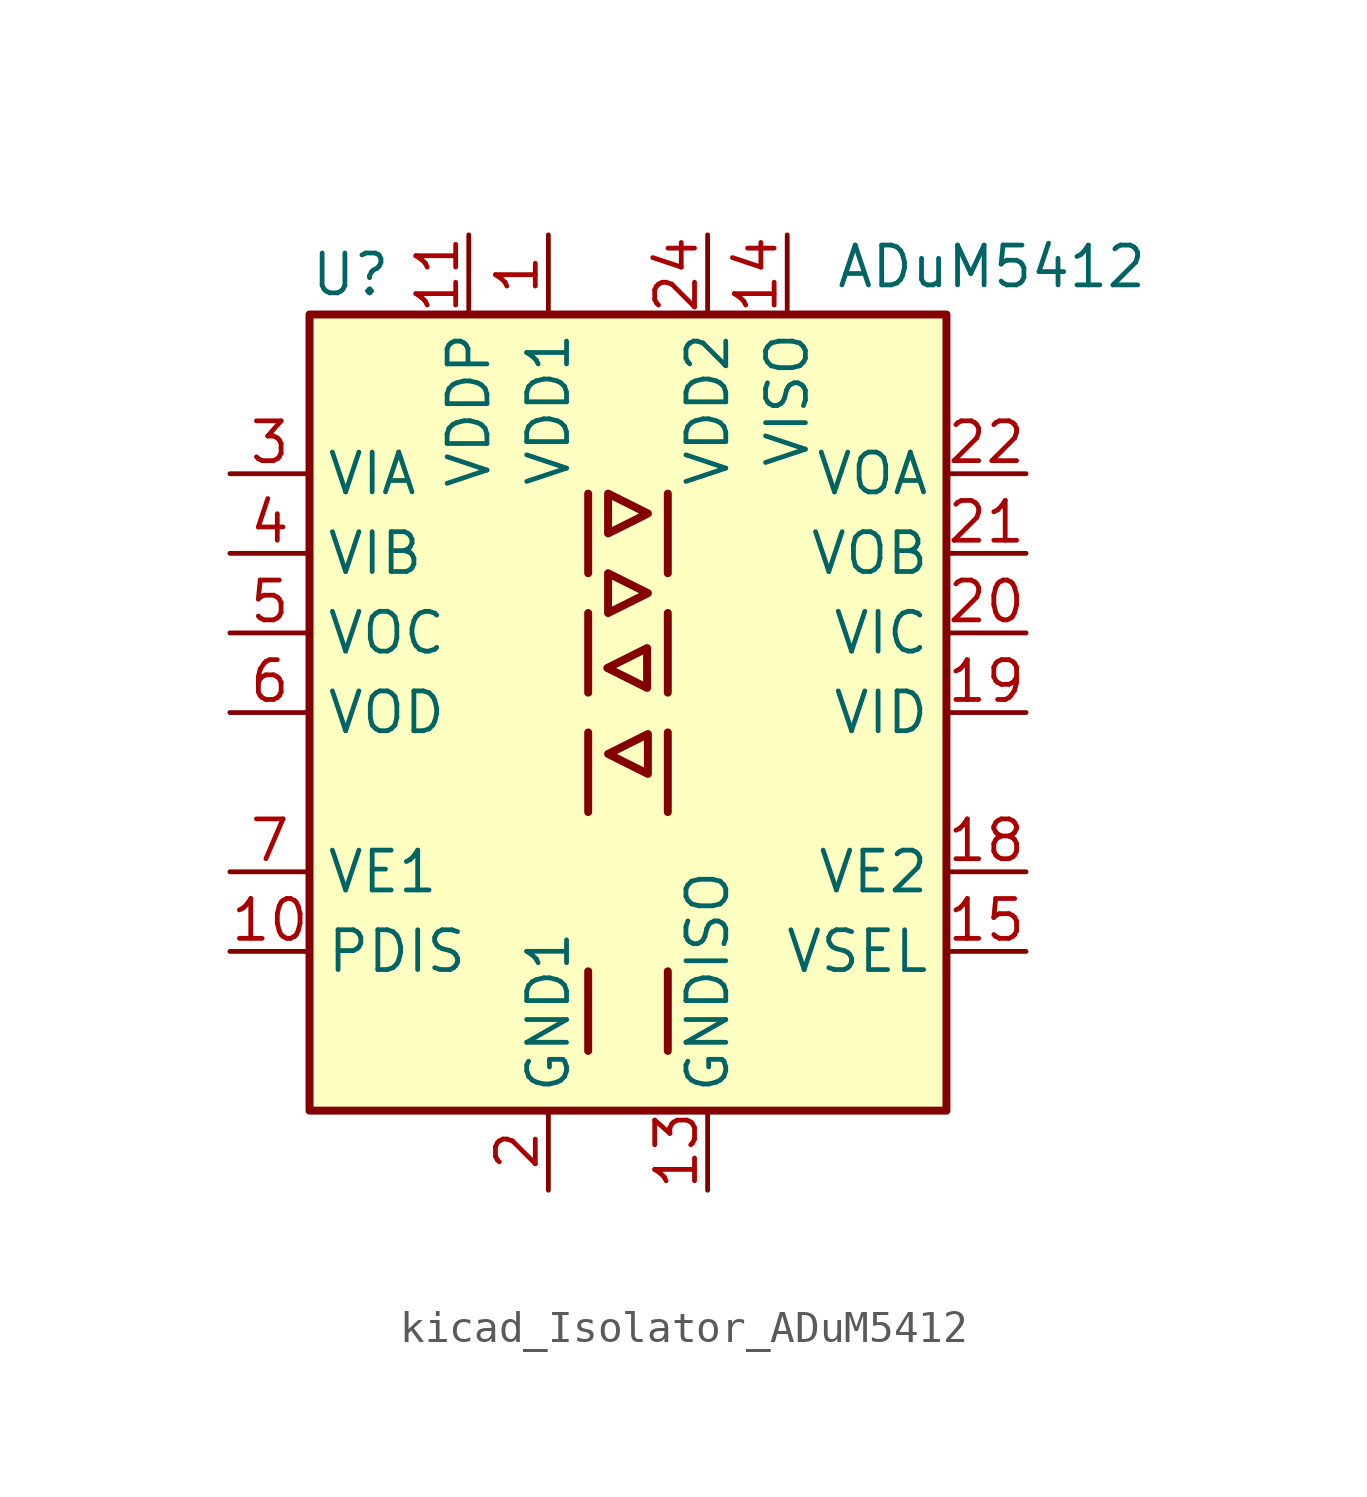
<source format=kicad_sym>
(kicad_symbol_lib
  (version 20220914)
  (generator kicad_symbol_editor)
  (symbol "kicad_Isolator_ADuM5412"
    (property "Reference" "U"
      (at -10.16 13.97 0)
      (effects (font (size 1.27 1.27)) (justify left)))
    (property "Value" "ADuM5412"
      (at 6.604 14.224 0)
      (effects (font (size 1.27 1.27)) (justify left)))
    (symbol "kicad_Isolator_ADuM5412_1_1"
      (rectangle (start -10.16 12.7) (end 10.16 -12.7) (stroke (width 0.254) (type default)) (fill (type background)))
      (polyline (pts (xy -1.27 -8.255) (xy -1.27 -10.795)) (stroke (width 0.254) (type default)) (fill (type none)))
      (polyline (pts (xy -1.27 -0.635) (xy -1.27 -3.175)) (stroke (width 0.254) (type default)) (fill (type none)))
      (polyline (pts (xy -1.27 3.175) (xy -1.27 0.635)) (stroke (width 0.254) (type default)) (fill (type none)))
      (polyline (pts (xy -1.27 6.985) (xy -1.27 4.445)) (stroke (width 0.254) (type default)) (fill (type none)))
      (polyline (pts (xy 1.27 -8.255) (xy 1.27 -10.795)) (stroke (width 0.254) (type default)) (fill (type none)))
      (polyline (pts (xy 1.27 -0.635) (xy 1.27 -3.175)) (stroke (width 0.254) (type default)) (fill (type none)))
      (polyline (pts (xy 1.27 3.175) (xy 1.27 0.635)) (stroke (width 0.254) (type default)) (fill (type none)))
      (polyline (pts (xy 1.27 6.985) (xy 1.27 4.445)) (stroke (width 0.254) (type default)) (fill (type none)))
      (polyline (pts (xy -0.635 4.445) (xy -0.635 3.175) (xy 0.635 3.81) (xy -0.635 4.445)) (stroke (width 0.254) (type default)) (fill (type none)))
      (polyline (pts (xy -0.635 5.715) (xy 0.635 6.35) (xy -0.635 6.985) (xy -0.635 5.715)) (stroke (width 0.254) (type default)) (fill (type none)))
      (polyline (pts (xy 0.61 0.787) (xy -0.66 1.422) (xy 0.61 2.057) (xy 0.61 0.787)) (stroke (width 0.254) (type default)) (fill (type none)))
      (polyline (pts (xy 0.635 -0.686) (xy 0.635 -1.956) (xy -0.635 -1.321) (xy 0.635 -0.686)) (stroke (width 0.254) (type default)) (fill (type none)))
      (pin power_in line (at -2.54 15.24 270) (length 2.54) (name "VDD1" (effects (font (size 1.27 1.27)))) (number "1" (effects (font (size 1.27 1.27)))))
      (pin input line (at -12.7 -7.62 0) (length 2.54) (name "PDIS" (effects (font (size 1.27 1.27)))) (number "10" (effects (font (size 1.27 1.27)))))
      (pin power_in line (at -5.08 15.24 270) (length 2.54) (name "VDDP" (effects (font (size 1.27 1.27)))) (number "11" (effects (font (size 1.27 1.27)))))
      (pin passive line (at -2.54 -15.24 90) (length 2.54) hide (name "GND1" (effects (font (size 1.27 1.27)))) (number "12" (effects (font (size 1.27 1.27)))))
      (pin power_in line (at 2.54 -15.24 90) (length 2.54) (name "GNDISO" (effects (font (size 1.27 1.27)))) (number "13" (effects (font (size 1.27 1.27)))))
      (pin power_out line (at 5.08 15.24 270) (length 2.54) (name "VISO" (effects (font (size 1.27 1.27)))) (number "14" (effects (font (size 1.27 1.27)))))
      (pin input line (at 12.7 -7.62 180) (length 2.54) (name "VSEL" (effects (font (size 1.27 1.27)))) (number "15" (effects (font (size 1.27 1.27)))))
      (pin passive line (at 2.54 -15.24 90) (length 2.54) hide (name "GNDISO" (effects (font (size 1.27 1.27)))) (number "16" (effects (font (size 1.27 1.27)))))
      (pin no_connect line (at 10.16 -2.54 180) (length 2.54) hide (name "NC" (effects (font (size 1.27 1.27)))) (number "17" (effects (font (size 1.27 1.27)))))
      (pin input line (at 12.7 -5.08 180) (length 2.54) (name "VE2" (effects (font (size 1.27 1.27)))) (number "18" (effects (font (size 1.27 1.27)))))
      (pin input line (at 12.7 0 180) (length 2.54) (name "VID" (effects (font (size 1.27 1.27)))) (number "19" (effects (font (size 1.27 1.27)))))
      (pin power_in line (at -2.54 -15.24 90) (length 2.54) (name "GND1" (effects (font (size 1.27 1.27)))) (number "2" (effects (font (size 1.27 1.27)))))
      (pin input line (at 12.7 2.54 180) (length 2.54) (name "VIC" (effects (font (size 1.27 1.27)))) (number "20" (effects (font (size 1.27 1.27)))))
      (pin output line (at 12.7 5.08 180) (length 2.54) (name "VOB" (effects (font (size 1.27 1.27)))) (number "21" (effects (font (size 1.27 1.27)))))
      (pin output line (at 12.7 7.62 180) (length 2.54) (name "VOA" (effects (font (size 1.27 1.27)))) (number "22" (effects (font (size 1.27 1.27)))))
      (pin passive line (at 2.54 -15.24 90) (length 2.54) hide (name "GNDISO" (effects (font (size 1.27 1.27)))) (number "23" (effects (font (size 1.27 1.27)))))
      (pin power_in line (at 2.54 15.24 270) (length 2.54) (name "VDD2" (effects (font (size 1.27 1.27)))) (number "24" (effects (font (size 1.27 1.27)))))
      (pin input line (at -12.7 7.62 0) (length 2.54) (name "VIA" (effects (font (size 1.27 1.27)))) (number "3" (effects (font (size 1.27 1.27)))))
      (pin input line (at -12.7 5.08 0) (length 2.54) (name "VIB" (effects (font (size 1.27 1.27)))) (number "4" (effects (font (size 1.27 1.27)))))
      (pin output line (at -12.7 2.54 0) (length 2.54) (name "VOC" (effects (font (size 1.27 1.27)))) (number "5" (effects (font (size 1.27 1.27)))))
      (pin output line (at -12.7 0 0) (length 2.54) (name "VOD" (effects (font (size 1.27 1.27)))) (number "6" (effects (font (size 1.27 1.27)))))
      (pin input line (at -12.7 -5.08 0) (length 2.54) (name "VE1" (effects (font (size 1.27 1.27)))) (number "7" (effects (font (size 1.27 1.27)))))
      (pin no_connect line (at -10.16 -2.54 0) (length 2.54) hide (name "NC" (effects (font (size 1.27 1.27)))) (number "8" (effects (font (size 1.27 1.27)))))
      (pin passive line (at -2.54 -15.24 90) (length 2.54) hide (name "GND1" (effects (font (size 1.27 1.27)))) (number "9" (effects (font (size 1.27 1.27))))))))
</source>
